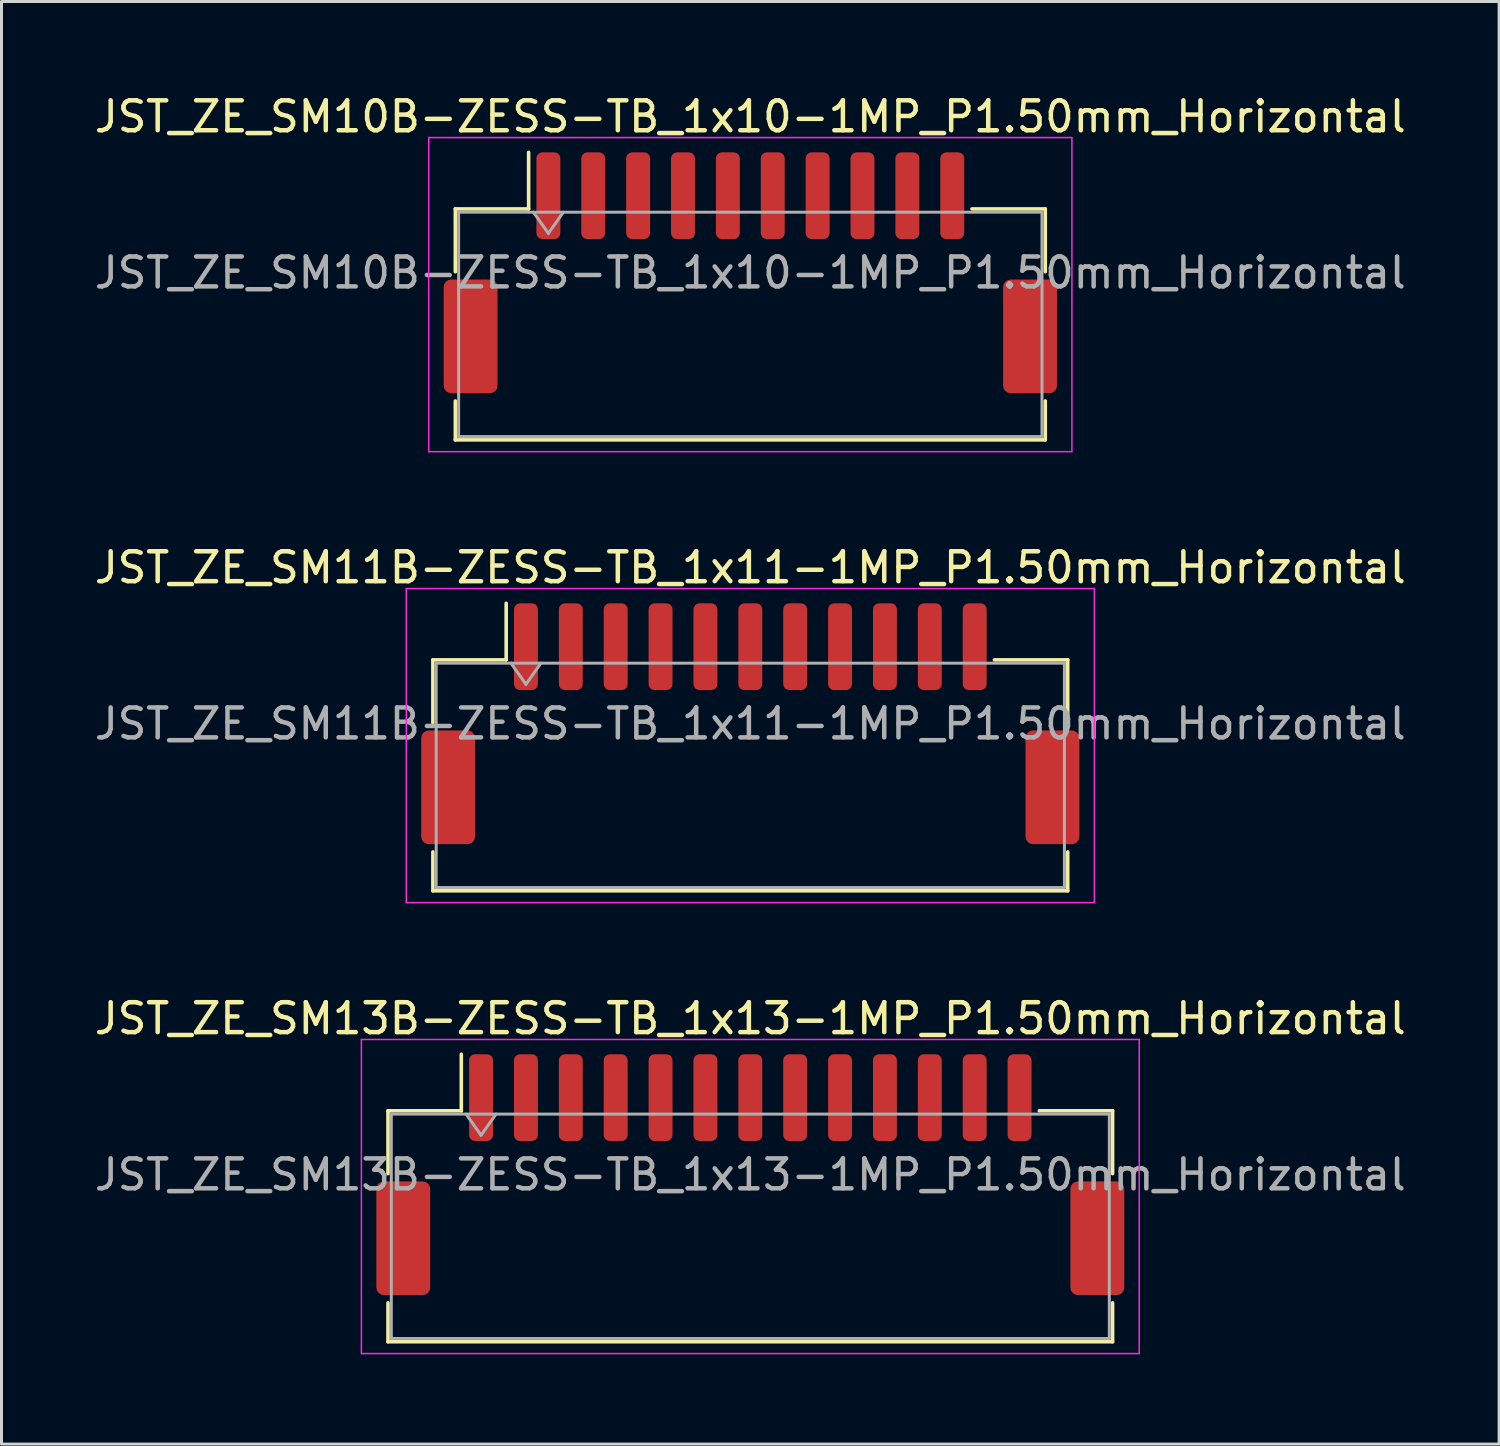
<source format=kicad_pcb>
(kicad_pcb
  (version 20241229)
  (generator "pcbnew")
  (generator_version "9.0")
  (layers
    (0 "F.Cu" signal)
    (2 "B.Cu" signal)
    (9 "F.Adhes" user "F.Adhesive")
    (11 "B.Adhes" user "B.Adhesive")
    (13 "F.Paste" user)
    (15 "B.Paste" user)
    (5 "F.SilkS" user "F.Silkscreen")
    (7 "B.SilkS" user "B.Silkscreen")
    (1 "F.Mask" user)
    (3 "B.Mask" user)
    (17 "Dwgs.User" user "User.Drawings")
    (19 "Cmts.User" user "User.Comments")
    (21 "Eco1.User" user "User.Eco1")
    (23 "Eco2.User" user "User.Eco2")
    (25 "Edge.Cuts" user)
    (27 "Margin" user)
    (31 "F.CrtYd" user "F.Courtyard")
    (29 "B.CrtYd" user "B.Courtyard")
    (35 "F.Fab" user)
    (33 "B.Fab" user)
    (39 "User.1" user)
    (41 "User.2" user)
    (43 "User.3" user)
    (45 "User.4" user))
  (footprint "JST_ZE_SM13B-ZESS-TB_1x13-1MP_P1.50mm_Horizontal"
    (layer "F.Cu")
    (at 22.03 36.215)
    (property "Reference" "JST_ZE_SM13B-ZESS-TB_1x13-1MP_P1.50mm_Horizontal" (at 0 -5.22 0) (layer "F.SilkS") (effects (font (size 1 1) (thickness 0.15))))
    (attr smd)
    (fp_line (start -12.11 -2.135) (end -9.66 -2.135) (stroke (width 0.12) (type solid)) (layer "F.SilkS"))
    (fp_line (start -12.11 -0.035) (end -12.11 -2.135) (stroke (width 0.12) (type solid)) (layer "F.SilkS"))
    (fp_line (start -12.11 4.285) (end -12.11 5.585) (stroke (width 0.12) (type solid)) (layer "F.SilkS"))
    (fp_line (start -12.11 5.585) (end 12.11 5.585) (stroke (width 0.12) (type solid)) (layer "F.SilkS"))
    (fp_line (start -9.66 -2.135) (end -9.66 -4.025) (stroke (width 0.12) (type solid)) (layer "F.SilkS"))
    (fp_line (start 12.11 -2.135) (end 9.66 -2.135) (stroke (width 0.12) (type solid)) (layer "F.SilkS"))
    (fp_line (start 12.11 -0.035) (end 12.11 -2.135) (stroke (width 0.12) (type solid)) (layer "F.SilkS"))
    (fp_line (start 12.11 5.585) (end 12.11 4.285) (stroke (width 0.12) (type solid)) (layer "F.SilkS"))
    (fp_line (start -13 -4.52) (end -13 5.98) (stroke (width 0.05) (type solid)) (layer "F.CrtYd"))
    (fp_line (start -13 5.98) (end 13 5.98) (stroke (width 0.05) (type solid)) (layer "F.CrtYd"))
    (fp_line (start 13 -4.52) (end -13 -4.52) (stroke (width 0.05) (type solid)) (layer "F.CrtYd"))
    (fp_line (start 13 5.98) (end 13 -4.52) (stroke (width 0.05) (type solid)) (layer "F.CrtYd"))
    (fp_line (start -12 -2.025) (end -12 5.475) (stroke (width 0.1) (type solid)) (layer "F.Fab"))
    (fp_line (start -12 -2.025) (end 12 -2.025) (stroke (width 0.1) (type solid)) (layer "F.Fab"))
    (fp_line (start -12 5.475) (end 12 5.475) (stroke (width 0.1) (type solid)) (layer "F.Fab"))
    (fp_line (start -9.5 -2.025) (end -9 -1.318) (stroke (width 0.1) (type solid)) (layer "F.Fab"))
    (fp_line (start -9 -1.318) (end -8.5 -2.025) (stroke (width 0.1) (type solid)) (layer "F.Fab"))
    (fp_line (start 12 -2.025) (end 12 5.475) (stroke (width 0.1) (type solid)) (layer "F.Fab"))
    (fp_text user "${REFERENCE}" (at 0 0 0) (layer "F.Fab") (effects (font (size 1 1) (thickness 0.15))))
    (pad "1" smd roundrect (at -9 -2.575) (size 0.8 2.9) (layers "F.Cu" "F.Mask" "F.Paste") (roundrect_rratio 0.25))
    (pad "2" smd roundrect (at -7.5 -2.575) (size 0.8 2.9) (layers "F.Cu" "F.Mask" "F.Paste") (roundrect_rratio 0.25))
    (pad "3" smd roundrect (at -6 -2.575) (size 0.8 2.9) (layers "F.Cu" "F.Mask" "F.Paste") (roundrect_rratio 0.25))
    (pad "4" smd roundrect (at -4.5 -2.575) (size 0.8 2.9) (layers "F.Cu" "F.Mask" "F.Paste") (roundrect_rratio 0.25))
    (pad "5" smd roundrect (at -3 -2.575) (size 0.8 2.9) (layers "F.Cu" "F.Mask" "F.Paste") (roundrect_rratio 0.25))
    (pad "6" smd roundrect (at -1.5 -2.575) (size 0.8 2.9) (layers "F.Cu" "F.Mask" "F.Paste") (roundrect_rratio 0.25))
    (pad "7" smd roundrect (at 0 -2.575) (size 0.8 2.9) (layers "F.Cu" "F.Mask" "F.Paste") (roundrect_rratio 0.25))
    (pad "8" smd roundrect (at 1.5 -2.575) (size 0.8 2.9) (layers "F.Cu" "F.Mask" "F.Paste") (roundrect_rratio 0.25))
    (pad "9" smd roundrect (at 3 -2.575) (size 0.8 2.9) (layers "F.Cu" "F.Mask" "F.Paste") (roundrect_rratio 0.25))
    (pad "10" smd roundrect (at 4.5 -2.575) (size 0.8 2.9) (layers "F.Cu" "F.Mask" "F.Paste") (roundrect_rratio 0.25))
    (pad "11" smd roundrect (at 6 -2.575) (size 0.8 2.9) (layers "F.Cu" "F.Mask" "F.Paste") (roundrect_rratio 0.25))
    (pad "12" smd roundrect (at 7.5 -2.575) (size 0.8 2.9) (layers "F.Cu" "F.Mask" "F.Paste") (roundrect_rratio 0.25))
    (pad "13" smd roundrect (at 9 -2.575) (size 0.8 2.9) (layers "F.Cu" "F.Mask" "F.Paste") (roundrect_rratio 0.25))
    (pad "MP" smd roundrect (at -11.6 2.125) (size 1.8 3.8) (layers "F.Cu" "F.Mask" "F.Paste") (roundrect_rratio 0.139))
    (pad "MP" smd roundrect (at 11.6 2.125) (size 1.8 3.8) (layers "F.Cu" "F.Mask" "F.Paste") (roundrect_rratio 0.139)))
  (footprint "JST_ZE_SM11B-ZESS-TB_1x11-1MP_P1.50mm_Horizontal"
    (layer "F.Cu")
    (at 22.03 21.142)
    (property "Reference" "JST_ZE_SM11B-ZESS-TB_1x11-1MP_P1.50mm_Horizontal" (at 0 -5.22 0) (layer "F.SilkS") (effects (font (size 1 1) (thickness 0.15))))
    (attr smd)
    (fp_line (start -10.61 -2.135) (end -8.16 -2.135) (stroke (width 0.12) (type solid)) (layer "F.SilkS"))
    (fp_line (start -10.61 -0.035) (end -10.61 -2.135) (stroke (width 0.12) (type solid)) (layer "F.SilkS"))
    (fp_line (start -10.61 4.285) (end -10.61 5.585) (stroke (width 0.12) (type solid)) (layer "F.SilkS"))
    (fp_line (start -10.61 5.585) (end 10.61 5.585) (stroke (width 0.12) (type solid)) (layer "F.SilkS"))
    (fp_line (start -8.16 -2.135) (end -8.16 -4.025) (stroke (width 0.12) (type solid)) (layer "F.SilkS"))
    (fp_line (start 10.61 -2.135) (end 8.16 -2.135) (stroke (width 0.12) (type solid)) (layer "F.SilkS"))
    (fp_line (start 10.61 -0.035) (end 10.61 -2.135) (stroke (width 0.12) (type solid)) (layer "F.SilkS"))
    (fp_line (start 10.61 5.585) (end 10.61 4.285) (stroke (width 0.12) (type solid)) (layer "F.SilkS"))
    (fp_line (start -11.5 -4.52) (end -11.5 5.98) (stroke (width 0.05) (type solid)) (layer "F.CrtYd"))
    (fp_line (start -11.5 5.98) (end 11.5 5.98) (stroke (width 0.05) (type solid)) (layer "F.CrtYd"))
    (fp_line (start 11.5 -4.52) (end -11.5 -4.52) (stroke (width 0.05) (type solid)) (layer "F.CrtYd"))
    (fp_line (start 11.5 5.98) (end 11.5 -4.52) (stroke (width 0.05) (type solid)) (layer "F.CrtYd"))
    (fp_line (start -10.5 -2.025) (end -10.5 5.475) (stroke (width 0.1) (type solid)) (layer "F.Fab"))
    (fp_line (start -10.5 -2.025) (end 10.5 -2.025) (stroke (width 0.1) (type solid)) (layer "F.Fab"))
    (fp_line (start -10.5 5.475) (end 10.5 5.475) (stroke (width 0.1) (type solid)) (layer "F.Fab"))
    (fp_line (start -8 -2.025) (end -7.5 -1.318) (stroke (width 0.1) (type solid)) (layer "F.Fab"))
    (fp_line (start -7.5 -1.318) (end -7 -2.025) (stroke (width 0.1) (type solid)) (layer "F.Fab"))
    (fp_line (start 10.5 -2.025) (end 10.5 5.475) (stroke (width 0.1) (type solid)) (layer "F.Fab"))
    (fp_text user "${REFERENCE}" (at 0 0 0) (layer "F.Fab") (effects (font (size 1 1) (thickness 0.15))))
    (pad "1" smd roundrect (at -7.5 -2.575) (size 0.8 2.9) (layers "F.Cu" "F.Mask" "F.Paste") (roundrect_rratio 0.25))
    (pad "2" smd roundrect (at -6 -2.575) (size 0.8 2.9) (layers "F.Cu" "F.Mask" "F.Paste") (roundrect_rratio 0.25))
    (pad "3" smd roundrect (at -4.5 -2.575) (size 0.8 2.9) (layers "F.Cu" "F.Mask" "F.Paste") (roundrect_rratio 0.25))
    (pad "4" smd roundrect (at -3 -2.575) (size 0.8 2.9) (layers "F.Cu" "F.Mask" "F.Paste") (roundrect_rratio 0.25))
    (pad "5" smd roundrect (at -1.5 -2.575) (size 0.8 2.9) (layers "F.Cu" "F.Mask" "F.Paste") (roundrect_rratio 0.25))
    (pad "6" smd roundrect (at 0 -2.575) (size 0.8 2.9) (layers "F.Cu" "F.Mask" "F.Paste") (roundrect_rratio 0.25))
    (pad "7" smd roundrect (at 1.5 -2.575) (size 0.8 2.9) (layers "F.Cu" "F.Mask" "F.Paste") (roundrect_rratio 0.25))
    (pad "8" smd roundrect (at 3 -2.575) (size 0.8 2.9) (layers "F.Cu" "F.Mask" "F.Paste") (roundrect_rratio 0.25))
    (pad "9" smd roundrect (at 4.5 -2.575) (size 0.8 2.9) (layers "F.Cu" "F.Mask" "F.Paste") (roundrect_rratio 0.25))
    (pad "10" smd roundrect (at 6 -2.575) (size 0.8 2.9) (layers "F.Cu" "F.Mask" "F.Paste") (roundrect_rratio 0.25))
    (pad "11" smd roundrect (at 7.5 -2.575) (size 0.8 2.9) (layers "F.Cu" "F.Mask" "F.Paste") (roundrect_rratio 0.25))
    (pad "MP" smd roundrect (at -10.1 2.125) (size 1.8 3.8) (layers "F.Cu" "F.Mask" "F.Paste") (roundrect_rratio 0.139))
    (pad "MP" smd roundrect (at 10.1 2.125) (size 1.8 3.8) (layers "F.Cu" "F.Mask" "F.Paste") (roundrect_rratio 0.139)))
  (footprint "JST_ZE_SM10B-ZESS-TB_1x10-1MP_P1.50mm_Horizontal"
    (layer "F.Cu")
    (at 22.03 6.068)
    (property "Reference" "JST_ZE_SM10B-ZESS-TB_1x10-1MP_P1.50mm_Horizontal" (at 0 -5.22 0) (layer "F.SilkS") (effects (font (size 1 1) (thickness 0.15))))
    (attr smd)
    (fp_line (start -9.86 -2.135) (end -7.41 -2.135) (stroke (width 0.12) (type solid)) (layer "F.SilkS"))
    (fp_line (start -9.86 -0.035) (end -9.86 -2.135) (stroke (width 0.12) (type solid)) (layer "F.SilkS"))
    (fp_line (start -9.86 4.285) (end -9.86 5.585) (stroke (width 0.12) (type solid)) (layer "F.SilkS"))
    (fp_line (start -9.86 5.585) (end 9.86 5.585) (stroke (width 0.12) (type solid)) (layer "F.SilkS"))
    (fp_line (start -7.41 -2.135) (end -7.41 -4.025) (stroke (width 0.12) (type solid)) (layer "F.SilkS"))
    (fp_line (start 9.86 -2.135) (end 7.41 -2.135) (stroke (width 0.12) (type solid)) (layer "F.SilkS"))
    (fp_line (start 9.86 -0.035) (end 9.86 -2.135) (stroke (width 0.12) (type solid)) (layer "F.SilkS"))
    (fp_line (start 9.86 5.585) (end 9.86 4.285) (stroke (width 0.12) (type solid)) (layer "F.SilkS"))
    (fp_line (start -10.75 -4.52) (end -10.75 5.98) (stroke (width 0.05) (type solid)) (layer "F.CrtYd"))
    (fp_line (start -10.75 5.98) (end 10.75 5.98) (stroke (width 0.05) (type solid)) (layer "F.CrtYd"))
    (fp_line (start 10.75 -4.52) (end -10.75 -4.52) (stroke (width 0.05) (type solid)) (layer "F.CrtYd"))
    (fp_line (start 10.75 5.98) (end 10.75 -4.52) (stroke (width 0.05) (type solid)) (layer "F.CrtYd"))
    (fp_line (start -9.75 -2.025) (end -9.75 5.475) (stroke (width 0.1) (type solid)) (layer "F.Fab"))
    (fp_line (start -9.75 -2.025) (end 9.75 -2.025) (stroke (width 0.1) (type solid)) (layer "F.Fab"))
    (fp_line (start -9.75 5.475) (end 9.75 5.475) (stroke (width 0.1) (type solid)) (layer "F.Fab"))
    (fp_line (start -7.25 -2.025) (end -6.75 -1.318) (stroke (width 0.1) (type solid)) (layer "F.Fab"))
    (fp_line (start -6.75 -1.318) (end -6.25 -2.025) (stroke (width 0.1) (type solid)) (layer "F.Fab"))
    (fp_line (start 9.75 -2.025) (end 9.75 5.475) (stroke (width 0.1) (type solid)) (layer "F.Fab"))
    (fp_text user "${REFERENCE}" (at 0 0 0) (layer "F.Fab") (effects (font (size 1 1) (thickness 0.15))))
    (pad "1" smd roundrect (at -6.75 -2.575) (size 0.8 2.9) (layers "F.Cu" "F.Mask" "F.Paste") (roundrect_rratio 0.25))
    (pad "2" smd roundrect (at -5.25 -2.575) (size 0.8 2.9) (layers "F.Cu" "F.Mask" "F.Paste") (roundrect_rratio 0.25))
    (pad "3" smd roundrect (at -3.75 -2.575) (size 0.8 2.9) (layers "F.Cu" "F.Mask" "F.Paste") (roundrect_rratio 0.25))
    (pad "4" smd roundrect (at -2.25 -2.575) (size 0.8 2.9) (layers "F.Cu" "F.Mask" "F.Paste") (roundrect_rratio 0.25))
    (pad "5" smd roundrect (at -0.75 -2.575) (size 0.8 2.9) (layers "F.Cu" "F.Mask" "F.Paste") (roundrect_rratio 0.25))
    (pad "6" smd roundrect (at 0.75 -2.575) (size 0.8 2.9) (layers "F.Cu" "F.Mask" "F.Paste") (roundrect_rratio 0.25))
    (pad "7" smd roundrect (at 2.25 -2.575) (size 0.8 2.9) (layers "F.Cu" "F.Mask" "F.Paste") (roundrect_rratio 0.25))
    (pad "8" smd roundrect (at 3.75 -2.575) (size 0.8 2.9) (layers "F.Cu" "F.Mask" "F.Paste") (roundrect_rratio 0.25))
    (pad "9" smd roundrect (at 5.25 -2.575) (size 0.8 2.9) (layers "F.Cu" "F.Mask" "F.Paste") (roundrect_rratio 0.25))
    (pad "10" smd roundrect (at 6.75 -2.575) (size 0.8 2.9) (layers "F.Cu" "F.Mask" "F.Paste") (roundrect_rratio 0.25))
    (pad "MP" smd roundrect (at -9.35 2.125) (size 1.8 3.8) (layers "F.Cu" "F.Mask" "F.Paste") (roundrect_rratio 0.139))
    (pad "MP" smd roundrect (at 9.35 2.125) (size 1.8 3.8) (layers "F.Cu" "F.Mask" "F.Paste") (roundrect_rratio 0.139)))
  (gr_rect
    (start -3 -3)
    (end 47.06 45.22)
    (stroke (width 0.1) (type default))
    (fill no)
    (layer "Edge.Cuts")))
</source>
